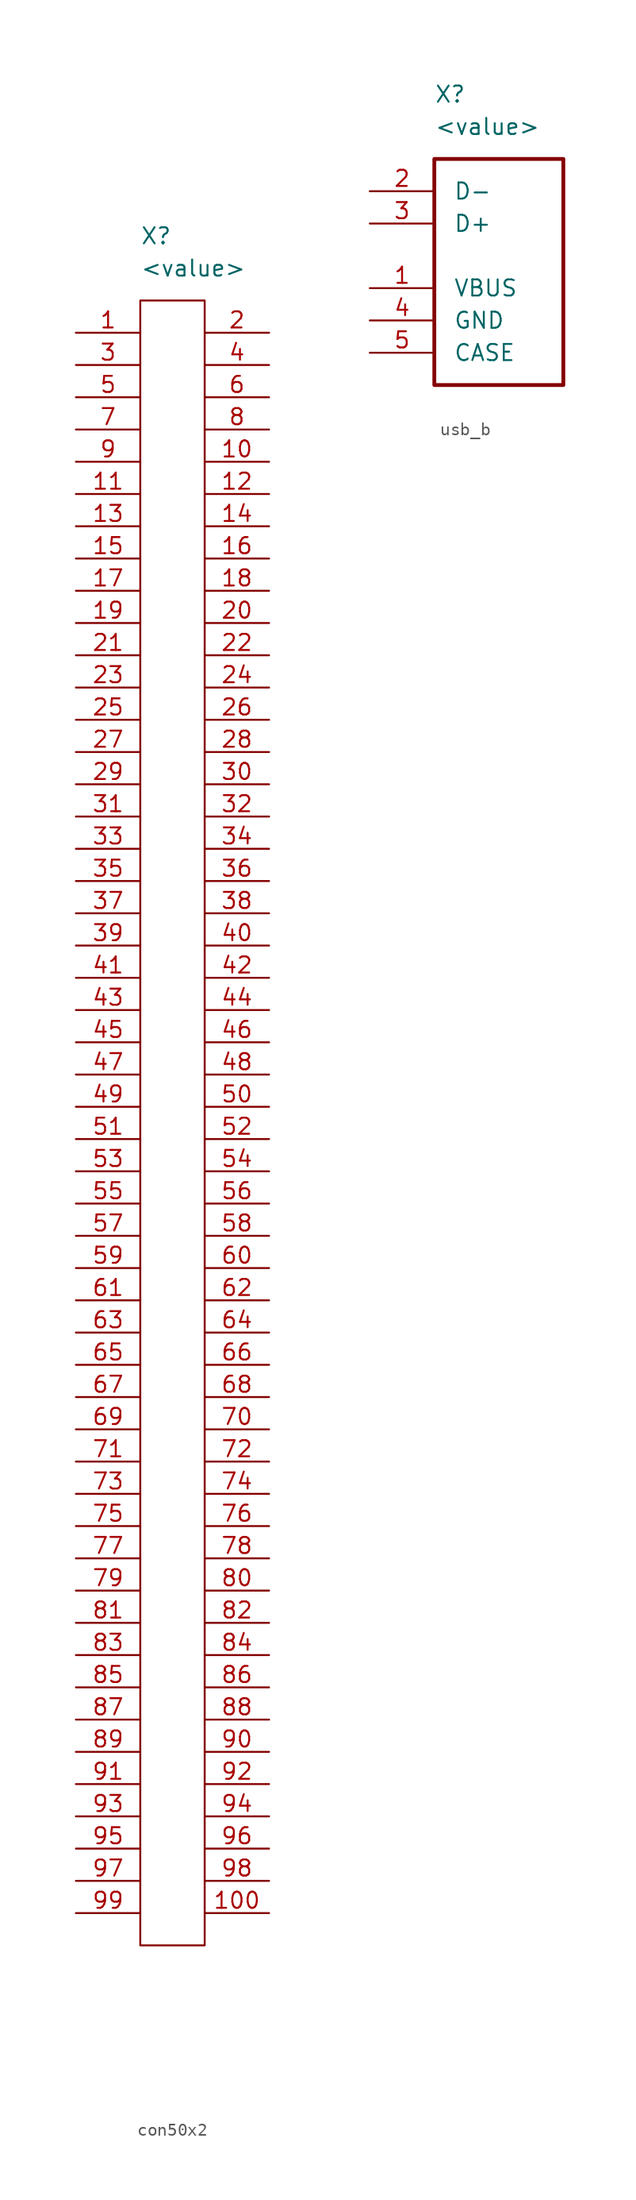
<source format=kicad_sym>
(kicad_symbol_lib
  (version 20241209)
  (generator "kicad_symbol_editor")
  (generator_version "9.0")
  (symbol "con50x2"
    (property "Reference" "X"
      (at 5.08 5.08 0)
      (effects (font (size 1.27 1.27)) (justify left)))
    (property "Value" "<value>"
      (at 5.08 2.54 0)
      (effects (font (size 1.27 1.27)) (justify left)))
    (symbol "con50x2_0_1"
      (rectangle (start 5.08 0) (end 10.16 -129.54) (stroke (width 0) (type default)) (fill (type none))))
    (symbol "con50x2_1_1"
      (pin passive line (at 0 -2.54 0) (length 5.08) (name "" (effects (font (size 1.27 1.27)))) (number "1" (effects (font (size 1.27 1.27)))))
      (pin passive line (at 0 -5.08 0) (length 5.08) (name "" (effects (font (size 1.27 1.27)))) (number "3" (effects (font (size 1.27 1.27)))))
      (pin passive line (at 0 -7.62 0) (length 5.08) (name "" (effects (font (size 1.27 1.27)))) (number "5" (effects (font (size 1.27 1.27)))))
      (pin passive line (at 0 -10.16 0) (length 5.08) (name "" (effects (font (size 1.27 1.27)))) (number "7" (effects (font (size 1.27 1.27)))))
      (pin passive line (at 0 -12.7 0) (length 5.08) (name "" (effects (font (size 1.27 1.27)))) (number "9" (effects (font (size 1.27 1.27)))))
      (pin passive line (at 0 -15.24 0) (length 5.08) (name "" (effects (font (size 1.27 1.27)))) (number "11" (effects (font (size 1.27 1.27)))))
      (pin passive line (at 0 -17.78 0) (length 5.08) (name "" (effects (font (size 1.27 1.27)))) (number "13" (effects (font (size 1.27 1.27)))))
      (pin passive line (at 0 -20.32 0) (length 5.08) (name "" (effects (font (size 1.27 1.27)))) (number "15" (effects (font (size 1.27 1.27)))))
      (pin passive line (at 0 -22.86 0) (length 5.08) (name "" (effects (font (size 1.27 1.27)))) (number "17" (effects (font (size 1.27 1.27)))))
      (pin passive line (at 0 -25.4 0) (length 5.08) (name "" (effects (font (size 1.27 1.27)))) (number "19" (effects (font (size 1.27 1.27)))))
      (pin passive line (at 0 -27.94 0) (length 5.08) (name "" (effects (font (size 1.27 1.27)))) (number "21" (effects (font (size 1.27 1.27)))))
      (pin passive line (at 0 -30.48 0) (length 5.08) (name "" (effects (font (size 1.27 1.27)))) (number "23" (effects (font (size 1.27 1.27)))))
      (pin passive line (at 0 -33.02 0) (length 5.08) (name "" (effects (font (size 1.27 1.27)))) (number "25" (effects (font (size 1.27 1.27)))))
      (pin passive line (at 0 -35.56 0) (length 5.08) (name "" (effects (font (size 1.27 1.27)))) (number "27" (effects (font (size 1.27 1.27)))))
      (pin passive line (at 0 -38.1 0) (length 5.08) (name "" (effects (font (size 1.27 1.27)))) (number "29" (effects (font (size 1.27 1.27)))))
      (pin passive line (at 0 -40.64 0) (length 5.08) (name "" (effects (font (size 1.27 1.27)))) (number "31" (effects (font (size 1.27 1.27)))))
      (pin passive line (at 0 -43.18 0) (length 5.08) (name "" (effects (font (size 1.27 1.27)))) (number "33" (effects (font (size 1.27 1.27)))))
      (pin passive line (at 0 -45.72 0) (length 5.08) (name "" (effects (font (size 1.27 1.27)))) (number "35" (effects (font (size 1.27 1.27)))))
      (pin passive line (at 0 -48.26 0) (length 5.08) (name "" (effects (font (size 1.27 1.27)))) (number "37" (effects (font (size 1.27 1.27)))))
      (pin passive line (at 0 -50.8 0) (length 5.08) (name "" (effects (font (size 1.27 1.27)))) (number "39" (effects (font (size 1.27 1.27)))))
      (pin passive line (at 0 -53.34 0) (length 5.08) (name "" (effects (font (size 1.27 1.27)))) (number "41" (effects (font (size 1.27 1.27)))))
      (pin passive line (at 0 -55.88 0) (length 5.08) (name "" (effects (font (size 1.27 1.27)))) (number "43" (effects (font (size 1.27 1.27)))))
      (pin passive line (at 0 -58.42 0) (length 5.08) (name "" (effects (font (size 1.27 1.27)))) (number "45" (effects (font (size 1.27 1.27)))))
      (pin passive line (at 0 -60.96 0) (length 5.08) (name "" (effects (font (size 1.27 1.27)))) (number "47" (effects (font (size 1.27 1.27)))))
      (pin passive line (at 0 -63.5 0) (length 5.08) (name "" (effects (font (size 1.27 1.27)))) (number "49" (effects (font (size 1.27 1.27)))))
      (pin passive line (at 0 -66.04 0) (length 5.08) (name "" (effects (font (size 1.27 1.27)))) (number "51" (effects (font (size 1.27 1.27)))))
      (pin passive line (at 0 -68.58 0) (length 5.08) (name "" (effects (font (size 1.27 1.27)))) (number "53" (effects (font (size 1.27 1.27)))))
      (pin passive line (at 0 -71.12 0) (length 5.08) (name "" (effects (font (size 1.27 1.27)))) (number "55" (effects (font (size 1.27 1.27)))))
      (pin passive line (at 0 -73.66 0) (length 5.08) (name "" (effects (font (size 1.27 1.27)))) (number "57" (effects (font (size 1.27 1.27)))))
      (pin passive line (at 0 -76.2 0) (length 5.08) (name "" (effects (font (size 1.27 1.27)))) (number "59" (effects (font (size 1.27 1.27)))))
      (pin passive line (at 0 -78.74 0) (length 5.08) (name "" (effects (font (size 1.27 1.27)))) (number "61" (effects (font (size 1.27 1.27)))))
      (pin passive line (at 0 -81.28 0) (length 5.08) (name "" (effects (font (size 1.27 1.27)))) (number "63" (effects (font (size 1.27 1.27)))))
      (pin passive line (at 0 -83.82 0) (length 5.08) (name "" (effects (font (size 1.27 1.27)))) (number "65" (effects (font (size 1.27 1.27)))))
      (pin passive line (at 0 -86.36 0) (length 5.08) (name "" (effects (font (size 1.27 1.27)))) (number "67" (effects (font (size 1.27 1.27)))))
      (pin passive line (at 0 -88.9 0) (length 5.08) (name "" (effects (font (size 1.27 1.27)))) (number "69" (effects (font (size 1.27 1.27)))))
      (pin passive line (at 0 -91.44 0) (length 5.08) (name "" (effects (font (size 1.27 1.27)))) (number "71" (effects (font (size 1.27 1.27)))))
      (pin passive line (at 0 -93.98 0) (length 5.08) (name "" (effects (font (size 1.27 1.27)))) (number "73" (effects (font (size 1.27 1.27)))))
      (pin passive line (at 0 -96.52 0) (length 5.08) (name "" (effects (font (size 1.27 1.27)))) (number "75" (effects (font (size 1.27 1.27)))))
      (pin passive line (at 0 -99.06 0) (length 5.08) (name "" (effects (font (size 1.27 1.27)))) (number "77" (effects (font (size 1.27 1.27)))))
      (pin passive line (at 0 -101.6 0) (length 5.08) (name "" (effects (font (size 1.27 1.27)))) (number "79" (effects (font (size 1.27 1.27)))))
      (pin passive line (at 0 -104.14 0) (length 5.08) (name "" (effects (font (size 1.27 1.27)))) (number "81" (effects (font (size 1.27 1.27)))))
      (pin passive line (at 0 -106.68 0) (length 5.08) (name "" (effects (font (size 1.27 1.27)))) (number "83" (effects (font (size 1.27 1.27)))))
      (pin passive line (at 0 -109.22 0) (length 5.08) (name "" (effects (font (size 1.27 1.27)))) (number "85" (effects (font (size 1.27 1.27)))))
      (pin passive line (at 0 -111.76 0) (length 5.08) (name "" (effects (font (size 1.27 1.27)))) (number "87" (effects (font (size 1.27 1.27)))))
      (pin passive line (at 0 -114.3 0) (length 5.08) (name "" (effects (font (size 1.27 1.27)))) (number "89" (effects (font (size 1.27 1.27)))))
      (pin passive line (at 0 -116.84 0) (length 5.08) (name "" (effects (font (size 1.27 1.27)))) (number "91" (effects (font (size 1.27 1.27)))))
      (pin passive line (at 0 -119.38 0) (length 5.08) (name "" (effects (font (size 1.27 1.27)))) (number "93" (effects (font (size 1.27 1.27)))))
      (pin passive line (at 0 -121.92 0) (length 5.08) (name "" (effects (font (size 1.27 1.27)))) (number "95" (effects (font (size 1.27 1.27)))))
      (pin passive line (at 0 -124.46 0) (length 5.08) (name "" (effects (font (size 1.27 1.27)))) (number "97" (effects (font (size 1.27 1.27)))))
      (pin passive line (at 0 -127 0) (length 5.08) (name "" (effects (font (size 1.27 1.27)))) (number "99" (effects (font (size 1.27 1.27)))))
      (pin passive line (at 15.24 -2.54 180) (length 5.08) (name "" (effects (font (size 1.27 1.27)))) (number "2" (effects (font (size 1.27 1.27)))))
      (pin passive line (at 15.24 -5.08 180) (length 5.08) (name "" (effects (font (size 1.27 1.27)))) (number "4" (effects (font (size 1.27 1.27)))))
      (pin passive line (at 15.24 -7.62 180) (length 5.08) (name "" (effects (font (size 1.27 1.27)))) (number "6" (effects (font (size 1.27 1.27)))))
      (pin passive line (at 15.24 -10.16 180) (length 5.08) (name "" (effects (font (size 1.27 1.27)))) (number "8" (effects (font (size 1.27 1.27)))))
      (pin passive line (at 15.24 -12.7 180) (length 5.08) (name "" (effects (font (size 1.27 1.27)))) (number "10" (effects (font (size 1.27 1.27)))))
      (pin passive line (at 15.24 -15.24 180) (length 5.08) (name "" (effects (font (size 1.27 1.27)))) (number "12" (effects (font (size 1.27 1.27)))))
      (pin passive line (at 15.24 -17.78 180) (length 5.08) (name "" (effects (font (size 1.27 1.27)))) (number "14" (effects (font (size 1.27 1.27)))))
      (pin passive line (at 15.24 -20.32 180) (length 5.08) (name "" (effects (font (size 1.27 1.27)))) (number "16" (effects (font (size 1.27 1.27)))))
      (pin passive line (at 15.24 -22.86 180) (length 5.08) (name "" (effects (font (size 1.27 1.27)))) (number "18" (effects (font (size 1.27 1.27)))))
      (pin passive line (at 15.24 -25.4 180) (length 5.08) (name "" (effects (font (size 1.27 1.27)))) (number "20" (effects (font (size 1.27 1.27)))))
      (pin passive line (at 15.24 -27.94 180) (length 5.08) (name "" (effects (font (size 1.27 1.27)))) (number "22" (effects (font (size 1.27 1.27)))))
      (pin passive line (at 15.24 -30.48 180) (length 5.08) (name "" (effects (font (size 1.27 1.27)))) (number "24" (effects (font (size 1.27 1.27)))))
      (pin passive line (at 15.24 -33.02 180) (length 5.08) (name "" (effects (font (size 1.27 1.27)))) (number "26" (effects (font (size 1.27 1.27)))))
      (pin passive line (at 15.24 -35.56 180) (length 5.08) (name "" (effects (font (size 1.27 1.27)))) (number "28" (effects (font (size 1.27 1.27)))))
      (pin passive line (at 15.24 -38.1 180) (length 5.08) (name "" (effects (font (size 1.27 1.27)))) (number "30" (effects (font (size 1.27 1.27)))))
      (pin passive line (at 15.24 -40.64 180) (length 5.08) (name "" (effects (font (size 1.27 1.27)))) (number "32" (effects (font (size 1.27 1.27)))))
      (pin passive line (at 15.24 -43.18 180) (length 5.08) (name "" (effects (font (size 1.27 1.27)))) (number "34" (effects (font (size 1.27 1.27)))))
      (pin passive line (at 15.24 -45.72 180) (length 5.08) (name "" (effects (font (size 1.27 1.27)))) (number "36" (effects (font (size 1.27 1.27)))))
      (pin passive line (at 15.24 -48.26 180) (length 5.08) (name "" (effects (font (size 1.27 1.27)))) (number "38" (effects (font (size 1.27 1.27)))))
      (pin passive line (at 15.24 -50.8 180) (length 5.08) (name "" (effects (font (size 1.27 1.27)))) (number "40" (effects (font (size 1.27 1.27)))))
      (pin passive line (at 15.24 -53.34 180) (length 5.08) (name "" (effects (font (size 1.27 1.27)))) (number "42" (effects (font (size 1.27 1.27)))))
      (pin passive line (at 15.24 -55.88 180) (length 5.08) (name "" (effects (font (size 1.27 1.27)))) (number "44" (effects (font (size 1.27 1.27)))))
      (pin passive line (at 15.24 -58.42 180) (length 5.08) (name "" (effects (font (size 1.27 1.27)))) (number "46" (effects (font (size 1.27 1.27)))))
      (pin passive line (at 15.24 -60.96 180) (length 5.08) (name "" (effects (font (size 1.27 1.27)))) (number "48" (effects (font (size 1.27 1.27)))))
      (pin passive line (at 15.24 -63.5 180) (length 5.08) (name "" (effects (font (size 1.27 1.27)))) (number "50" (effects (font (size 1.27 1.27)))))
      (pin passive line (at 15.24 -66.04 180) (length 5.08) (name "" (effects (font (size 1.27 1.27)))) (number "52" (effects (font (size 1.27 1.27)))))
      (pin passive line (at 15.24 -68.58 180) (length 5.08) (name "" (effects (font (size 1.27 1.27)))) (number "54" (effects (font (size 1.27 1.27)))))
      (pin passive line (at 15.24 -71.12 180) (length 5.08) (name "" (effects (font (size 1.27 1.27)))) (number "56" (effects (font (size 1.27 1.27)))))
      (pin passive line (at 15.24 -73.66 180) (length 5.08) (name "" (effects (font (size 1.27 1.27)))) (number "58" (effects (font (size 1.27 1.27)))))
      (pin passive line (at 15.24 -76.2 180) (length 5.08) (name "" (effects (font (size 1.27 1.27)))) (number "60" (effects (font (size 1.27 1.27)))))
      (pin passive line (at 15.24 -78.74 180) (length 5.08) (name "" (effects (font (size 1.27 1.27)))) (number "62" (effects (font (size 1.27 1.27)))))
      (pin passive line (at 15.24 -81.28 180) (length 5.08) (name "" (effects (font (size 1.27 1.27)))) (number "64" (effects (font (size 1.27 1.27)))))
      (pin passive line (at 15.24 -83.82 180) (length 5.08) (name "" (effects (font (size 1.27 1.27)))) (number "66" (effects (font (size 1.27 1.27)))))
      (pin passive line (at 15.24 -86.36 180) (length 5.08) (name "" (effects (font (size 1.27 1.27)))) (number "68" (effects (font (size 1.27 1.27)))))
      (pin passive line (at 15.24 -88.9 180) (length 5.08) (name "" (effects (font (size 1.27 1.27)))) (number "70" (effects (font (size 1.27 1.27)))))
      (pin passive line (at 15.24 -91.44 180) (length 5.08) (name "" (effects (font (size 1.27 1.27)))) (number "72" (effects (font (size 1.27 1.27)))))
      (pin passive line (at 15.24 -93.98 180) (length 5.08) (name "" (effects (font (size 1.27 1.27)))) (number "74" (effects (font (size 1.27 1.27)))))
      (pin passive line (at 15.24 -96.52 180) (length 5.08) (name "" (effects (font (size 1.27 1.27)))) (number "76" (effects (font (size 1.27 1.27)))))
      (pin passive line (at 15.24 -99.06 180) (length 5.08) (name "" (effects (font (size 1.27 1.27)))) (number "78" (effects (font (size 1.27 1.27)))))
      (pin passive line (at 15.24 -101.6 180) (length 5.08) (name "" (effects (font (size 1.27 1.27)))) (number "80" (effects (font (size 1.27 1.27)))))
      (pin passive line (at 15.24 -104.14 180) (length 5.08) (name "" (effects (font (size 1.27 1.27)))) (number "82" (effects (font (size 1.27 1.27)))))
      (pin passive line (at 15.24 -106.68 180) (length 5.08) (name "" (effects (font (size 1.27 1.27)))) (number "84" (effects (font (size 1.27 1.27)))))
      (pin passive line (at 15.24 -109.22 180) (length 5.08) (name "" (effects (font (size 1.27 1.27)))) (number "86" (effects (font (size 1.27 1.27)))))
      (pin passive line (at 15.24 -111.76 180) (length 5.08) (name "" (effects (font (size 1.27 1.27)))) (number "88" (effects (font (size 1.27 1.27)))))
      (pin passive line (at 15.24 -114.3 180) (length 5.08) (name "" (effects (font (size 1.27 1.27)))) (number "90" (effects (font (size 1.27 1.27)))))
      (pin passive line (at 15.24 -116.84 180) (length 5.08) (name "" (effects (font (size 1.27 1.27)))) (number "92" (effects (font (size 1.27 1.27)))))
      (pin passive line (at 15.24 -119.38 180) (length 5.08) (name "" (effects (font (size 1.27 1.27)))) (number "94" (effects (font (size 1.27 1.27)))))
      (pin passive line (at 15.24 -121.92 180) (length 5.08) (name "" (effects (font (size 1.27 1.27)))) (number "96" (effects (font (size 1.27 1.27)))))
      (pin passive line (at 15.24 -124.46 180) (length 5.08) (name "" (effects (font (size 1.27 1.27)))) (number "98" (effects (font (size 1.27 1.27)))))
      (pin passive line (at 15.24 -127 180) (length 5.08) (name "" (effects (font (size 1.27 1.27)))) (number "100" (effects (font (size 1.27 1.27)))))))
  (symbol "usb_b"
    (pin_names
      (offset 1.5))
    (property "Reference" "X"
      (at 5.08 5.08 0)
      (effects (font (size 1.27 1.27)) (justify left)))
    (property "Value" "<value>"
      (at 5.08 2.54 0)
      (effects (font (size 1.27 1.27)) (justify left)))
    (symbol "usb_b_0_1"
      (rectangle (start 5.08 0) (end 15.24 -17.78) (stroke (width 0.3) (type default)) (fill (type none))))
    (symbol "usb_b_1_1"
      (pin passive line (at 0 -2.54 0) (length 5.08) (name "D-" (effects (font (size 1.27 1.27)))) (number "2" (effects (font (size 1.27 1.27)))))
      (pin passive line (at 0 -5.08 0) (length 5.08) (name "D+" (effects (font (size 1.27 1.27)))) (number "3" (effects (font (size 1.27 1.27)))))
      (pin passive line (at 0 -10.16 0) (length 5.08) (name "VBUS" (effects (font (size 1.27 1.27)))) (number "1" (effects (font (size 1.27 1.27)))))
      (pin passive line (at 0 -12.7 0) (length 5.08) (name "GND" (effects (font (size 1.27 1.27)))) (number "4" (effects (font (size 1.27 1.27)))))
      (pin passive line (at 0 -15.24 0) (length 5.08) (name "CASE" (effects (font (size 1.27 1.27)))) (number "5" (effects (font (size 1.27 1.27))))))))
</source>
